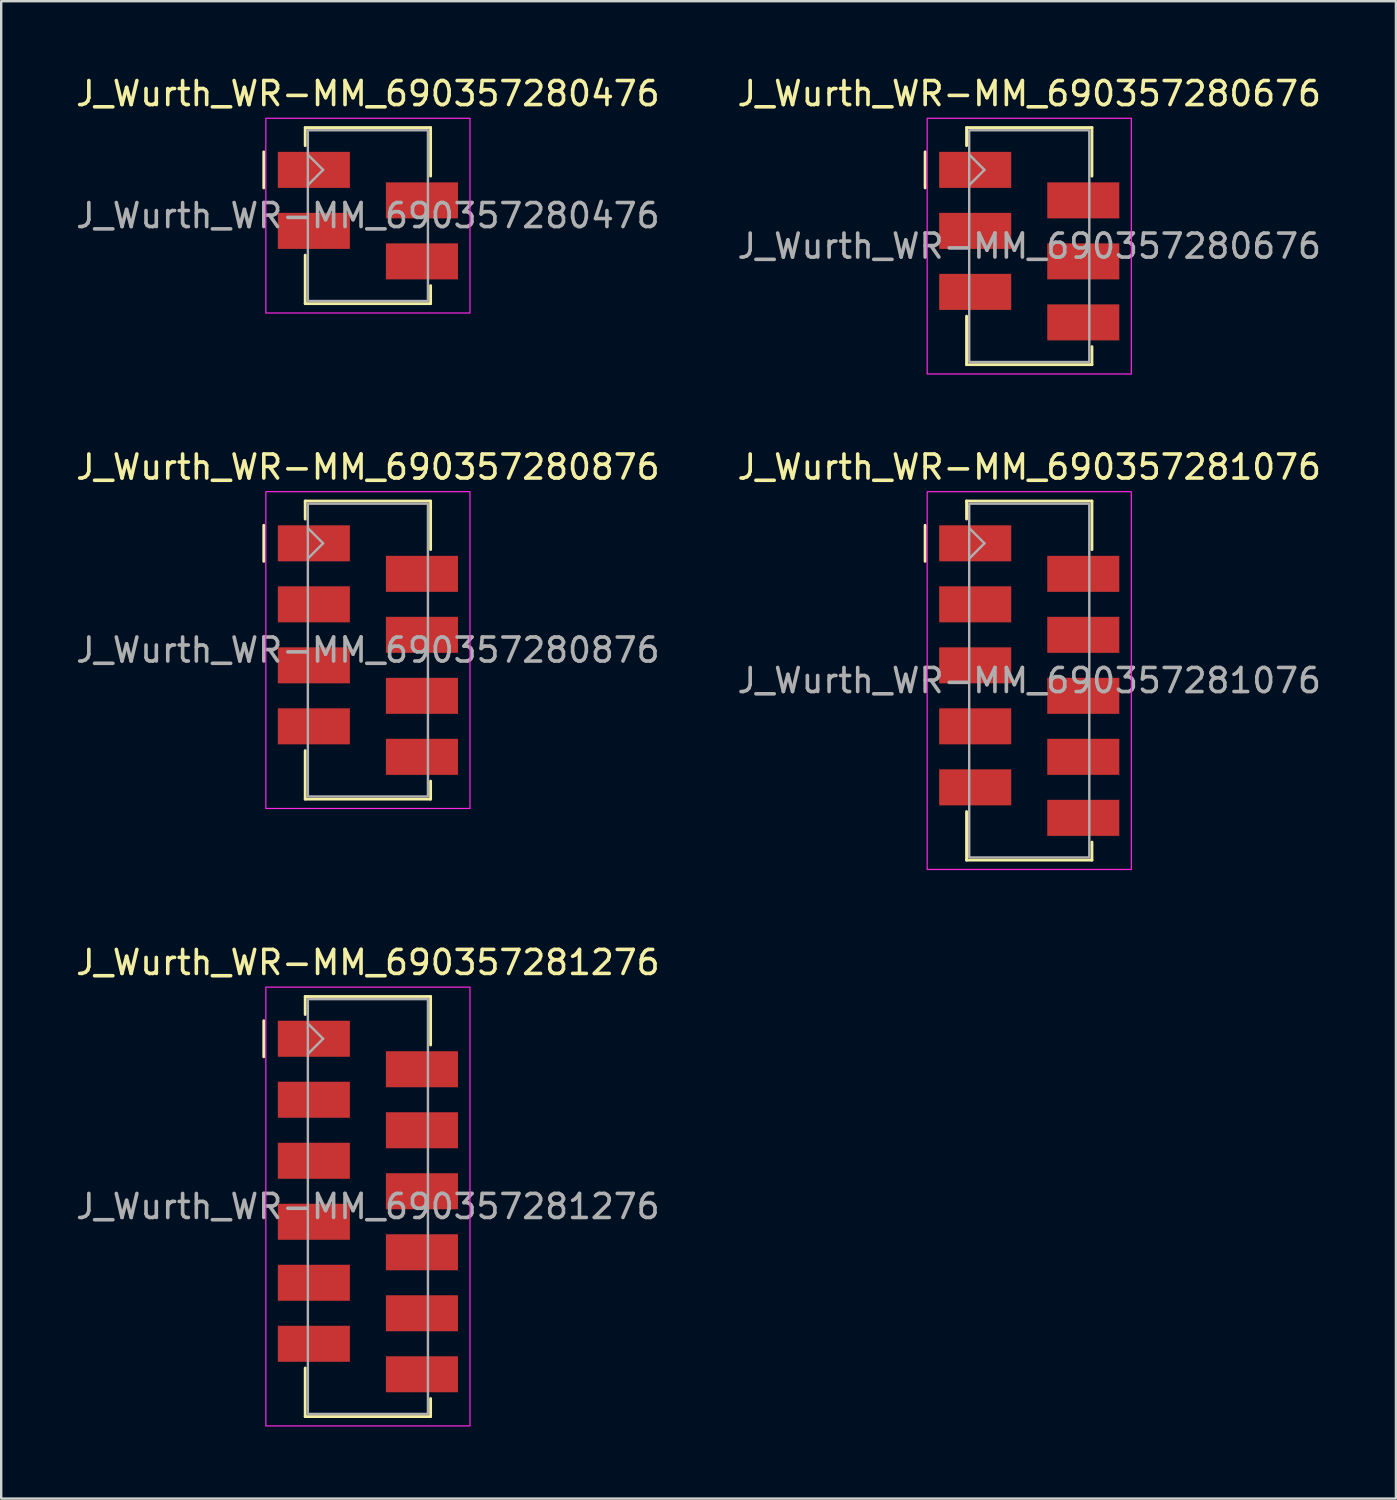
<source format=kicad_pcb>
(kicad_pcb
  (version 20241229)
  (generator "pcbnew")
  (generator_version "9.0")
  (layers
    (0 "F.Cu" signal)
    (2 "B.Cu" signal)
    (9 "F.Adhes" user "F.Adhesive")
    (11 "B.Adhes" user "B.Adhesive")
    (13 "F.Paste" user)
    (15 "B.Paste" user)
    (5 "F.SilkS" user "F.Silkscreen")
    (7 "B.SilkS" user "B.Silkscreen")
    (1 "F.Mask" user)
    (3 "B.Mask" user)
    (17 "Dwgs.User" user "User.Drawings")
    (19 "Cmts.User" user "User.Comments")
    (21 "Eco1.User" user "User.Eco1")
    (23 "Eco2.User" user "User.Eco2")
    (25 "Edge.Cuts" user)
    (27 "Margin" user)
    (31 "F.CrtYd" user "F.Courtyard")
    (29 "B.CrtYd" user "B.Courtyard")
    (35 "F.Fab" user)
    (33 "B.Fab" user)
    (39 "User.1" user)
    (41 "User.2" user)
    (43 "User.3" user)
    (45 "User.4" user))
  (footprint "J_Wurth_WR-MM_690357281276"
    (layer "F.Cu")
    (at 12.268 47.185)
    (property "Reference" "J_Wurth_WR-MM_690357281276" (at 0 -10.16 0) (unlocked yes) (layer "F.SilkS") (effects (font (size 1 1) (thickness 0.15))))
    (attr smd)
    (fp_line (start -4.335 -6.235) (end -4.335 -7.735) (stroke (width 0.12) (type solid)) (layer "F.SilkS"))
    (fp_line (start -2.61 -8.745) (end 2.61 -8.745) (stroke (width 0.12) (type solid)) (layer "F.SilkS"))
    (fp_line (start -2.61 -7.995) (end -2.61 -8.745) (stroke (width 0.12) (type solid)) (layer "F.SilkS"))
    (fp_line (start -2.61 6.725) (end -2.61 8.745) (stroke (width 0.12) (type solid)) (layer "F.SilkS"))
    (fp_line (start 2.61 -8.745) (end 2.61 -6.725) (stroke (width 0.12) (type solid)) (layer "F.SilkS"))
    (fp_line (start 2.61 7.995) (end 2.61 8.745) (stroke (width 0.12) (type solid)) (layer "F.SilkS"))
    (fp_line (start 2.61 8.745) (end -2.61 8.745) (stroke (width 0.12) (type solid)) (layer "F.SilkS"))
    (fp_rect (start -4.25 -9.135) (end 4.25 9.135) (stroke (width 0.05) (type solid)) (fill no) (layer "F.CrtYd"))
    (fp_line (start -2.5 -6.35) (end -1.865 -6.985) (stroke (width 0.1) (type default)) (layer "F.Fab"))
    (fp_line (start -1.865 -6.985) (end -2.5 -7.62) (stroke (width 0.1) (type default)) (layer "F.Fab"))
    (fp_rect (start -2.5 -8.635) (end 2.5 8.635) (stroke (width 0.1) (type solid)) (fill no) (layer "F.Fab"))
    (fp_text user "${REFERENCE}" (at 0 0 0) (unlocked yes) (layer "F.Fab") (effects (font (size 1 1) (thickness 0.15))))
    (pad "1" smd rect (at -2.25 -6.985 90) (size 1.5 3) (layers "F.Cu" "F.Mask" "F.Paste"))
    (pad "2" smd rect (at 2.25 -5.715 90) (size 1.5 3) (layers "F.Cu" "F.Mask" "F.Paste"))
    (pad "3" smd rect (at -2.25 -4.445 90) (size 1.5 3) (layers "F.Cu" "F.Mask" "F.Paste"))
    (pad "4" smd rect (at 2.25 -3.175 90) (size 1.5 3) (layers "F.Cu" "F.Mask" "F.Paste"))
    (pad "5" smd rect (at -2.25 -1.905 90) (size 1.5 3) (layers "F.Cu" "F.Mask" "F.Paste"))
    (pad "6" smd rect (at 2.25 -0.635 90) (size 1.5 3) (layers "F.Cu" "F.Mask" "F.Paste"))
    (pad "7" smd rect (at -2.25 0.635 90) (size 1.5 3) (layers "F.Cu" "F.Mask" "F.Paste"))
    (pad "8" smd rect (at 2.25 1.905 90) (size 1.5 3) (layers "F.Cu" "F.Mask" "F.Paste"))
    (pad "9" smd rect (at -2.25 3.175 90) (size 1.5 3) (layers "F.Cu" "F.Mask" "F.Paste"))
    (pad "10" smd rect (at 2.25 4.445 90) (size 1.5 3) (layers "F.Cu" "F.Mask" "F.Paste"))
    (pad "11" smd rect (at -2.25 5.715 90) (size 1.5 3) (layers "F.Cu" "F.Mask" "F.Paste"))
    (pad "12" smd rect (at 2.25 6.985 90) (size 1.5 3) (layers "F.Cu" "F.Mask" "F.Paste")))
  (footprint "J_Wurth_WR-MM_690357280476"
    (layer "F.Cu")
    (at 12.268 5.928)
    (property "Reference" "J_Wurth_WR-MM_690357280476" (at 0 -5.08 0) (unlocked yes) (layer "F.SilkS") (effects (font (size 1 1) (thickness 0.15))))
    (attr smd)
    (fp_line (start -4.335 -1.155) (end -4.335 -2.655) (stroke (width 0.12) (type solid)) (layer "F.SilkS"))
    (fp_line (start -2.61 -3.665) (end 2.61 -3.665) (stroke (width 0.12) (type solid)) (layer "F.SilkS"))
    (fp_line (start -2.61 -2.915) (end -2.61 -3.665) (stroke (width 0.12) (type solid)) (layer "F.SilkS"))
    (fp_line (start -2.61 1.645) (end -2.61 3.665) (stroke (width 0.12) (type solid)) (layer "F.SilkS"))
    (fp_line (start 2.61 -3.665) (end 2.61 -1.645) (stroke (width 0.12) (type solid)) (layer "F.SilkS"))
    (fp_line (start 2.61 2.915) (end 2.61 3.665) (stroke (width 0.12) (type solid)) (layer "F.SilkS"))
    (fp_line (start 2.61 3.665) (end -2.61 3.665) (stroke (width 0.12) (type solid)) (layer "F.SilkS"))
    (fp_rect (start -4.25 -4.055) (end 4.25 4.055) (stroke (width 0.05) (type solid)) (fill no) (layer "F.CrtYd"))
    (fp_line (start -2.5 -1.27) (end -1.865 -1.905) (stroke (width 0.1) (type default)) (layer "F.Fab"))
    (fp_line (start -1.865 -1.905) (end -2.5 -2.54) (stroke (width 0.1) (type default)) (layer "F.Fab"))
    (fp_rect (start -2.5 -3.555) (end 2.5 3.555) (stroke (width 0.1) (type solid)) (fill no) (layer "F.Fab"))
    (fp_text user "${REFERENCE}" (at 0 0 0) (unlocked yes) (layer "F.Fab") (effects (font (size 1 1) (thickness 0.15))))
    (pad "1" smd rect (at -2.25 -1.905 90) (size 1.5 3) (layers "F.Cu" "F.Mask" "F.Paste"))
    (pad "2" smd rect (at 2.25 -0.635 90) (size 1.5 3) (layers "F.Cu" "F.Mask" "F.Paste"))
    (pad "3" smd rect (at -2.25 0.635 90) (size 1.5 3) (layers "F.Cu" "F.Mask" "F.Paste"))
    (pad "4" smd rect (at 2.25 1.905 90) (size 1.5 3) (layers "F.Cu" "F.Mask" "F.Paste")))
  (footprint "J_Wurth_WR-MM_690357280676"
    (layer "F.Cu")
    (at 39.804 7.198)
    (property "Reference" "J_Wurth_WR-MM_690357280676" (at 0 -6.35 0) (unlocked yes) (layer "F.SilkS") (effects (font (size 1 1) (thickness 0.15))))
    (attr smd)
    (fp_line (start -4.335 -2.425) (end -4.335 -3.925) (stroke (width 0.12) (type solid)) (layer "F.SilkS"))
    (fp_line (start -2.61 -4.935) (end 2.61 -4.935) (stroke (width 0.12) (type solid)) (layer "F.SilkS"))
    (fp_line (start -2.61 -4.185) (end -2.61 -4.935) (stroke (width 0.12) (type solid)) (layer "F.SilkS"))
    (fp_line (start -2.61 2.915) (end -2.61 4.935) (stroke (width 0.12) (type solid)) (layer "F.SilkS"))
    (fp_line (start 2.61 -4.935) (end 2.61 -2.915) (stroke (width 0.12) (type solid)) (layer "F.SilkS"))
    (fp_line (start 2.61 4.185) (end 2.61 4.935) (stroke (width 0.12) (type solid)) (layer "F.SilkS"))
    (fp_line (start 2.61 4.935) (end -2.61 4.935) (stroke (width 0.12) (type solid)) (layer "F.SilkS"))
    (fp_rect (start -4.25 -5.325) (end 4.25 5.325) (stroke (width 0.05) (type solid)) (fill no) (layer "F.CrtYd"))
    (fp_line (start -2.5 -2.54) (end -1.865 -3.175) (stroke (width 0.1) (type default)) (layer "F.Fab"))
    (fp_line (start -1.865 -3.175) (end -2.5 -3.81) (stroke (width 0.1) (type default)) (layer "F.Fab"))
    (fp_rect (start -2.5 -4.825) (end 2.5 4.825) (stroke (width 0.1) (type solid)) (fill no) (layer "F.Fab"))
    (fp_text user "${REFERENCE}" (at 0 0 0) (unlocked yes) (layer "F.Fab") (effects (font (size 1 1) (thickness 0.15))))
    (pad "1" smd rect (at -2.25 -3.175 90) (size 1.5 3) (layers "F.Cu" "F.Mask" "F.Paste"))
    (pad "2" smd rect (at 2.25 -1.905 90) (size 1.5 3) (layers "F.Cu" "F.Mask" "F.Paste"))
    (pad "3" smd rect (at -2.25 -0.635 90) (size 1.5 3) (layers "F.Cu" "F.Mask" "F.Paste"))
    (pad "4" smd rect (at 2.25 0.635 90) (size 1.5 3) (layers "F.Cu" "F.Mask" "F.Paste"))
    (pad "5" smd rect (at -2.25 1.905 90) (size 1.5 3) (layers "F.Cu" "F.Mask" "F.Paste"))
    (pad "6" smd rect (at 2.25 3.175 90) (size 1.5 3) (layers "F.Cu" "F.Mask" "F.Paste")))
  (footprint "J_Wurth_WR-MM_690357280876"
    (layer "F.Cu")
    (at 12.268 24.017)
    (property "Reference" "J_Wurth_WR-MM_690357280876" (at 0 -7.62 0) (unlocked yes) (layer "F.SilkS") (effects (font (size 1 1) (thickness 0.15))))
    (attr smd)
    (fp_line (start -4.335 -3.695) (end -4.335 -5.195) (stroke (width 0.12) (type solid)) (layer "F.SilkS"))
    (fp_line (start -2.61 -6.205) (end 2.61 -6.205) (stroke (width 0.12) (type solid)) (layer "F.SilkS"))
    (fp_line (start -2.61 -5.455) (end -2.61 -6.205) (stroke (width 0.12) (type solid)) (layer "F.SilkS"))
    (fp_line (start -2.61 4.185) (end -2.61 6.205) (stroke (width 0.12) (type solid)) (layer "F.SilkS"))
    (fp_line (start 2.61 -6.205) (end 2.61 -4.185) (stroke (width 0.12) (type solid)) (layer "F.SilkS"))
    (fp_line (start 2.61 5.455) (end 2.61 6.205) (stroke (width 0.12) (type solid)) (layer "F.SilkS"))
    (fp_line (start 2.61 6.205) (end -2.61 6.205) (stroke (width 0.12) (type solid)) (layer "F.SilkS"))
    (fp_rect (start -4.25 -6.595) (end 4.25 6.595) (stroke (width 0.05) (type solid)) (fill no) (layer "F.CrtYd"))
    (fp_line (start -2.5 -3.81) (end -1.865 -4.445) (stroke (width 0.1) (type default)) (layer "F.Fab"))
    (fp_line (start -1.865 -4.445) (end -2.5 -5.08) (stroke (width 0.1) (type default)) (layer "F.Fab"))
    (fp_rect (start -2.5 -6.095) (end 2.5 6.095) (stroke (width 0.1) (type solid)) (fill no) (layer "F.Fab"))
    (fp_text user "${REFERENCE}" (at 0 0 0) (unlocked yes) (layer "F.Fab") (effects (font (size 1 1) (thickness 0.15))))
    (pad "1" smd rect (at -2.25 -4.445 90) (size 1.5 3) (layers "F.Cu" "F.Mask" "F.Paste"))
    (pad "2" smd rect (at 2.25 -3.175 90) (size 1.5 3) (layers "F.Cu" "F.Mask" "F.Paste"))
    (pad "3" smd rect (at -2.25 -1.905 90) (size 1.5 3) (layers "F.Cu" "F.Mask" "F.Paste"))
    (pad "4" smd rect (at 2.25 -0.635 90) (size 1.5 3) (layers "F.Cu" "F.Mask" "F.Paste"))
    (pad "5" smd rect (at -2.25 0.635 90) (size 1.5 3) (layers "F.Cu" "F.Mask" "F.Paste"))
    (pad "6" smd rect (at 2.25 1.905 90) (size 1.5 3) (layers "F.Cu" "F.Mask" "F.Paste"))
    (pad "7" smd rect (at -2.25 3.175 90) (size 1.5 3) (layers "F.Cu" "F.Mask" "F.Paste"))
    (pad "8" smd rect (at 2.25 4.445 90) (size 1.5 3) (layers "F.Cu" "F.Mask" "F.Paste")))
  (footprint "J_Wurth_WR-MM_690357281076"
    (layer "F.Cu")
    (at 39.804 25.287)
    (property "Reference" "J_Wurth_WR-MM_690357281076" (at 0 -8.89 0) (unlocked yes) (layer "F.SilkS") (effects (font (size 1 1) (thickness 0.15))))
    (attr smd)
    (fp_line (start -4.335 -4.965) (end -4.335 -6.465) (stroke (width 0.12) (type solid)) (layer "F.SilkS"))
    (fp_line (start -2.61 -7.475) (end 2.61 -7.475) (stroke (width 0.12) (type solid)) (layer "F.SilkS"))
    (fp_line (start -2.61 -6.725) (end -2.61 -7.475) (stroke (width 0.12) (type solid)) (layer "F.SilkS"))
    (fp_line (start -2.61 5.455) (end -2.61 7.475) (stroke (width 0.12) (type solid)) (layer "F.SilkS"))
    (fp_line (start 2.61 -7.475) (end 2.61 -5.455) (stroke (width 0.12) (type solid)) (layer "F.SilkS"))
    (fp_line (start 2.61 6.725) (end 2.61 7.475) (stroke (width 0.12) (type solid)) (layer "F.SilkS"))
    (fp_line (start 2.61 7.475) (end -2.61 7.475) (stroke (width 0.12) (type solid)) (layer "F.SilkS"))
    (fp_rect (start -4.25 -7.865) (end 4.25 7.865) (stroke (width 0.05) (type solid)) (fill no) (layer "F.CrtYd"))
    (fp_line (start -2.5 -5.08) (end -1.865 -5.715) (stroke (width 0.1) (type default)) (layer "F.Fab"))
    (fp_line (start -1.865 -5.715) (end -2.5 -6.35) (stroke (width 0.1) (type default)) (layer "F.Fab"))
    (fp_rect (start -2.5 -7.365) (end 2.5 7.365) (stroke (width 0.1) (type solid)) (fill no) (layer "F.Fab"))
    (fp_text user "${REFERENCE}" (at 0 0 0) (unlocked yes) (layer "F.Fab") (effects (font (size 1 1) (thickness 0.15))))
    (pad "1" smd rect (at -2.25 -5.715 90) (size 1.5 3) (layers "F.Cu" "F.Mask" "F.Paste"))
    (pad "2" smd rect (at 2.25 -4.445 90) (size 1.5 3) (layers "F.Cu" "F.Mask" "F.Paste"))
    (pad "3" smd rect (at -2.25 -3.175 90) (size 1.5 3) (layers "F.Cu" "F.Mask" "F.Paste"))
    (pad "4" smd rect (at 2.25 -1.905 90) (size 1.5 3) (layers "F.Cu" "F.Mask" "F.Paste"))
    (pad "5" smd rect (at -2.25 -0.635 90) (size 1.5 3) (layers "F.Cu" "F.Mask" "F.Paste"))
    (pad "6" smd rect (at 2.25 0.635 90) (size 1.5 3) (layers "F.Cu" "F.Mask" "F.Paste"))
    (pad "7" smd rect (at -2.25 1.905 90) (size 1.5 3) (layers "F.Cu" "F.Mask" "F.Paste"))
    (pad "8" smd rect (at 2.25 3.175 90) (size 1.5 3) (layers "F.Cu" "F.Mask" "F.Paste"))
    (pad "9" smd rect (at -2.25 4.445 90) (size 1.5 3) (layers "F.Cu" "F.Mask" "F.Paste"))
    (pad "10" smd rect (at 2.25 5.715 90) (size 1.5 3) (layers "F.Cu" "F.Mask" "F.Paste")))
  (gr_rect
    (start -3 -3)
    (end 55.071 59.345)
    (stroke (width 0.1) (type default))
    (fill no)
    (layer "Edge.Cuts")))
</source>
